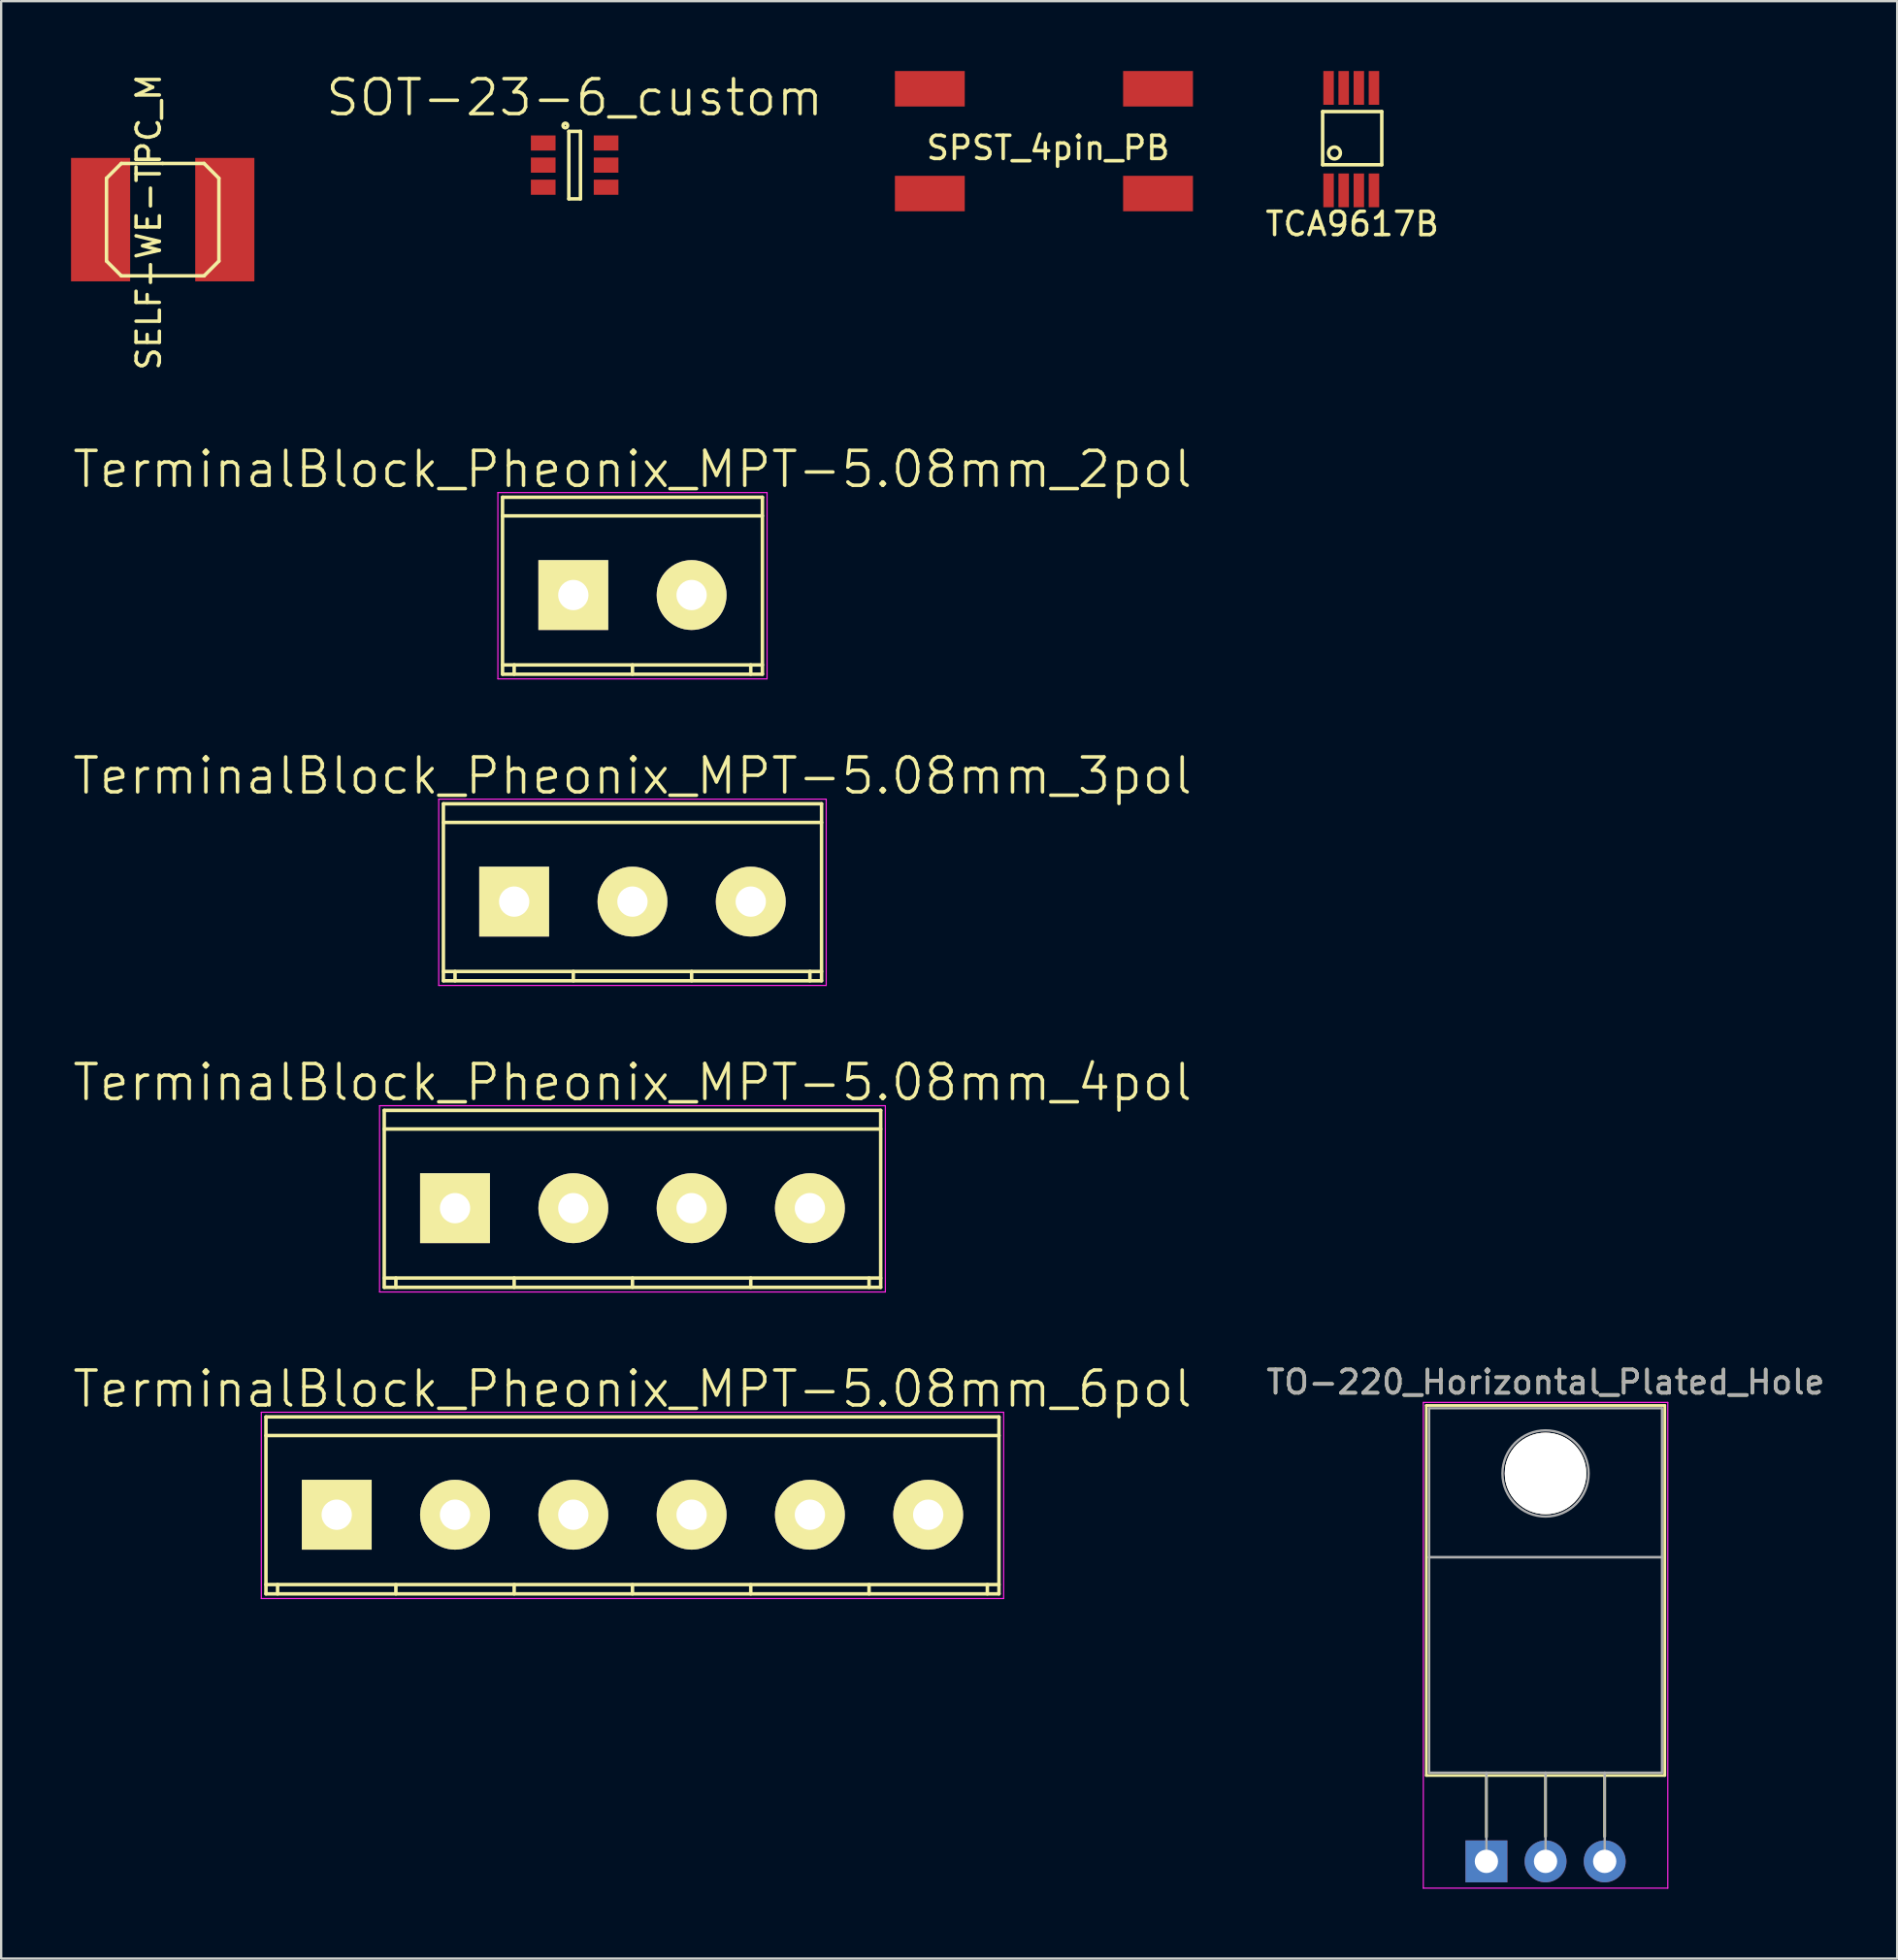
<source format=kicad_pcb>
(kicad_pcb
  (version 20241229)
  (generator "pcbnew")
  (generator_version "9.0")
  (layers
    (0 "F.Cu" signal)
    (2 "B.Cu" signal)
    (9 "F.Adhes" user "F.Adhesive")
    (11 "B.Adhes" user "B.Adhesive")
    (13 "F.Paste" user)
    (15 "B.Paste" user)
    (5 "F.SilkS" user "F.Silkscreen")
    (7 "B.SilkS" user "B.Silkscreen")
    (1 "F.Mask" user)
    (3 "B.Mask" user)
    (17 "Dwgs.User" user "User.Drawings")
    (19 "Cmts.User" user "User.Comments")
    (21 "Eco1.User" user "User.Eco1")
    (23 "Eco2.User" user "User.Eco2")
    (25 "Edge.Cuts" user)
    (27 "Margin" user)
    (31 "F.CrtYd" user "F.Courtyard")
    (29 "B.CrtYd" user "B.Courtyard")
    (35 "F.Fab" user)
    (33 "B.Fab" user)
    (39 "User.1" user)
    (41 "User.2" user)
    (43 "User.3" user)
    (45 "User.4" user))
  (footprint "SELF-WE-TPC_M"
    (layer "F.Cu")
    (at 3.937 6.383)
    (property "Reference" "SELF-WE-TPC_M" (at -0.599 0.099 90) (layer "F.SilkS") (effects (font (size 1 1) (thickness 0.15))))
    (attr smd)
    (fp_line (start -2.413 -1.778) (end -1.778 -2.413) (stroke (width 0.15) (type solid)) (layer "F.SilkS"))
    (fp_line (start -2.413 1.778) (end -2.413 -1.778) (stroke (width 0.15) (type solid)) (layer "F.SilkS"))
    (fp_line (start -1.778 -2.413) (end 0 -2.413) (stroke (width 0.15) (type solid)) (layer "F.SilkS"))
    (fp_line (start -1.778 2.413) (end -2.413 1.778) (stroke (width 0.15) (type solid)) (layer "F.SilkS"))
    (fp_line (start 0 -2.413) (end 1.778 -2.413) (stroke (width 0.15) (type solid)) (layer "F.SilkS"))
    (fp_line (start 1.778 -2.413) (end 2.413 -1.778) (stroke (width 0.15) (type solid)) (layer "F.SilkS"))
    (fp_line (start 1.778 2.413) (end -1.778 2.413) (stroke (width 0.15) (type solid)) (layer "F.SilkS"))
    (fp_line (start 2.413 -1.778) (end 2.413 1.778) (stroke (width 0.15) (type solid)) (layer "F.SilkS"))
    (fp_line (start 2.413 1.778) (end 1.778 2.413) (stroke (width 0.15) (type solid)) (layer "F.SilkS"))
    (pad "1" smd rect (at -2.667 0) (size 2.54 5.301) (layers "F.Cu" "F.Mask" "F.Paste"))
    (pad "2" smd rect (at 2.667 0) (size 2.54 5.301) (layers "F.Cu" "F.Mask" "F.Paste")))
  (footprint "TerminalBlock_Pheonix_MPT-5.08mm_3pol"
    (layer "F.Cu")
    (at 19.031 35.671)
    (property "Reference" "TerminalBlock_Pheonix_MPT-5.08mm_3pol" (at 5.08 -5.4 0) (layer "F.SilkS") (effects (font (size 1.5 1.5) (thickness 0.15))))
    (attr through_hole)
    (fp_line (start -3.04 -4.2) (end -3.04 3.4) (stroke (width 0.15) (type solid)) (layer "F.SilkS"))
    (fp_line (start -3.04 -4.2) (end 13.2 -4.2) (stroke (width 0.15) (type solid)) (layer "F.SilkS"))
    (fp_line (start -3.04 -3.4) (end 13.2 -3.4) (stroke (width 0.15) (type solid)) (layer "F.SilkS"))
    (fp_line (start -3.04 3) (end 13.2 3) (stroke (width 0.15) (type solid)) (layer "F.SilkS"))
    (fp_line (start -3.04 3.4) (end 13.2 3.4) (stroke (width 0.15) (type solid)) (layer "F.SilkS"))
    (fp_line (start -2.54 3) (end -2.54 3.4) (stroke (width 0.15) (type solid)) (layer "F.SilkS"))
    (fp_line (start 2.54 3) (end 2.54 3.4) (stroke (width 0.15) (type solid)) (layer "F.SilkS"))
    (fp_line (start 7.62 3) (end 7.62 3.4) (stroke (width 0.15) (type solid)) (layer "F.SilkS"))
    (fp_line (start 12.7 3) (end 12.7 3.4) (stroke (width 0.15) (type solid)) (layer "F.SilkS"))
    (fp_line (start 13.2 -4.2) (end 13.2 3.4) (stroke (width 0.15) (type solid)) (layer "F.SilkS"))
    (fp_line (start -3.24 -4.4) (end -3.24 3.6) (stroke (width 0.05) (type solid)) (layer "F.CrtYd"))
    (fp_line (start -3.24 -4.4) (end 13.4 -4.4) (stroke (width 0.05) (type solid)) (layer "F.CrtYd"))
    (fp_line (start -3.24 3.6) (end 13.4 3.6) (stroke (width 0.05) (type solid)) (layer "F.CrtYd"))
    (fp_line (start 13.4 -4.4) (end 13.4 3.6) (stroke (width 0.05) (type solid)) (layer "F.CrtYd"))
    (pad "1" thru_hole rect (at 0 0 180) (size 3 3) (drill 1.3) (layers "*.Cu" "*.Mask" "F.SilkS"))
    (pad "2" thru_hole oval (at 5.08 0 180) (size 3 3) (drill 1.3) (layers "*.Cu" "*.Mask" "F.SilkS"))
    (pad "3" thru_hole oval (at 10.16 0 180) (size 3 3) (drill 1.3) (layers "*.Cu" "*.Mask" "F.SilkS")))
  (footprint "TerminalBlock_Pheonix_MPT-5.08mm_4pol"
    (layer "F.Cu")
    (at 16.491 48.837)
    (property "Reference" "TerminalBlock_Pheonix_MPT-5.08mm_4pol" (at 7.62 -5.4 0) (layer "F.SilkS") (effects (font (size 1.5 1.5) (thickness 0.15))))
    (attr through_hole)
    (fp_line (start -3.04 -4.2) (end -3.04 3.4) (stroke (width 0.15) (type solid)) (layer "F.SilkS"))
    (fp_line (start -3.04 -4.2) (end 18.28 -4.2) (stroke (width 0.15) (type solid)) (layer "F.SilkS"))
    (fp_line (start -3.04 -3.4) (end 18.28 -3.4) (stroke (width 0.15) (type solid)) (layer "F.SilkS"))
    (fp_line (start -3.04 3) (end 18.28 3) (stroke (width 0.15) (type solid)) (layer "F.SilkS"))
    (fp_line (start -3.04 3.4) (end 18.28 3.4) (stroke (width 0.15) (type solid)) (layer "F.SilkS"))
    (fp_line (start -2.54 3) (end -2.54 3.4) (stroke (width 0.15) (type solid)) (layer "F.SilkS"))
    (fp_line (start 2.54 3) (end 2.54 3.4) (stroke (width 0.15) (type solid)) (layer "F.SilkS"))
    (fp_line (start 7.62 3) (end 7.62 3.4) (stroke (width 0.15) (type solid)) (layer "F.SilkS"))
    (fp_line (start 12.7 3) (end 12.7 3.4) (stroke (width 0.15) (type solid)) (layer "F.SilkS"))
    (fp_line (start 17.78 3) (end 17.78 3.4) (stroke (width 0.15) (type solid)) (layer "F.SilkS"))
    (fp_line (start 18.28 -4.2) (end 18.28 3.4) (stroke (width 0.15) (type solid)) (layer "F.SilkS"))
    (fp_line (start -3.24 -4.4) (end -3.24 3.6) (stroke (width 0.05) (type solid)) (layer "F.CrtYd"))
    (fp_line (start -3.24 -4.4) (end 18.48 -4.4) (stroke (width 0.05) (type solid)) (layer "F.CrtYd"))
    (fp_line (start -3.24 3.6) (end 18.48 3.6) (stroke (width 0.05) (type solid)) (layer "F.CrtYd"))
    (fp_line (start 18.48 -4.4) (end 18.48 3.6) (stroke (width 0.05) (type solid)) (layer "F.CrtYd"))
    (pad "1" thru_hole rect (at 0 0 180) (size 3 3) (drill 1.3) (layers "*.Cu" "*.Mask" "F.SilkS"))
    (pad "2" thru_hole oval (at 5.08 0 180) (size 3 3) (drill 1.3) (layers "*.Cu" "*.Mask" "F.SilkS"))
    (pad "3" thru_hole oval (at 10.16 0 180) (size 3 3) (drill 1.3) (layers "*.Cu" "*.Mask" "F.SilkS"))
    (pad "4" thru_hole oval (at 15.24 0 180) (size 3 3) (drill 1.3) (layers "*.Cu" "*.Mask" "F.SilkS")))
  (footprint "TerminalBlock_Pheonix_MPT-5.08mm_2pol"
    (layer "F.Cu")
    (at 21.571 22.505)
    (property "Reference" "TerminalBlock_Pheonix_MPT-5.08mm_2pol" (at 2.54 -5.4 0) (layer "F.SilkS") (effects (font (size 1.5 1.5) (thickness 0.15))))
    (attr through_hole)
    (fp_line (start -3.04 -4.2) (end -3.04 3.4) (stroke (width 0.15) (type solid)) (layer "F.SilkS"))
    (fp_line (start -3.04 -4.2) (end 8.12 -4.2) (stroke (width 0.15) (type solid)) (layer "F.SilkS"))
    (fp_line (start -3.04 -3.4) (end 8.12 -3.4) (stroke (width 0.15) (type solid)) (layer "F.SilkS"))
    (fp_line (start -3.04 3) (end 8.12 3) (stroke (width 0.15) (type solid)) (layer "F.SilkS"))
    (fp_line (start -3.04 3.4) (end 8.12 3.4) (stroke (width 0.15) (type solid)) (layer "F.SilkS"))
    (fp_line (start -2.54 3) (end -2.54 3.4) (stroke (width 0.15) (type solid)) (layer "F.SilkS"))
    (fp_line (start 2.54 3) (end 2.54 3.4) (stroke (width 0.15) (type solid)) (layer "F.SilkS"))
    (fp_line (start 7.62 3) (end 7.62 3.4) (stroke (width 0.15) (type solid)) (layer "F.SilkS"))
    (fp_line (start 8.12 -4.2) (end 8.12 3.4) (stroke (width 0.15) (type solid)) (layer "F.SilkS"))
    (fp_line (start -3.24 -4.4) (end -3.24 3.6) (stroke (width 0.05) (type solid)) (layer "F.CrtYd"))
    (fp_line (start -3.24 -4.4) (end 8.32 -4.4) (stroke (width 0.05) (type solid)) (layer "F.CrtYd"))
    (fp_line (start -3.24 3.6) (end 8.32 3.6) (stroke (width 0.05) (type solid)) (layer "F.CrtYd"))
    (fp_line (start 8.32 -4.4) (end 8.32 3.6) (stroke (width 0.05) (type solid)) (layer "F.CrtYd"))
    (pad "1" thru_hole rect (at 0 0 180) (size 3 3) (drill 1.3) (layers "*.Cu" "*.Mask" "F.SilkS"))
    (pad "2" thru_hole oval (at 5.08 0 180) (size 3 3) (drill 1.3) (layers "*.Cu" "*.Mask" "F.SilkS")))
  (footprint "TerminalBlock_Pheonix_MPT-5.08mm_6pol"
    (layer "F.Cu")
    (at 11.411 62.002)
    (property "Reference" "TerminalBlock_Pheonix_MPT-5.08mm_6pol" (at 12.7 -5.4 0) (layer "F.SilkS") (effects (font (size 1.5 1.5) (thickness 0.15))))
    (attr through_hole)
    (fp_line (start -3.04 -4.2) (end -3.04 3.4) (stroke (width 0.15) (type solid)) (layer "F.SilkS"))
    (fp_line (start -3.04 -4.2) (end 28.44 -4.2) (stroke (width 0.15) (type solid)) (layer "F.SilkS"))
    (fp_line (start -3.04 -3.4) (end 28.44 -3.4) (stroke (width 0.15) (type solid)) (layer "F.SilkS"))
    (fp_line (start -3.04 3) (end 28.44 3) (stroke (width 0.15) (type solid)) (layer "F.SilkS"))
    (fp_line (start -3.04 3.4) (end 28.44 3.4) (stroke (width 0.15) (type solid)) (layer "F.SilkS"))
    (fp_line (start -2.54 3) (end -2.54 3.4) (stroke (width 0.15) (type solid)) (layer "F.SilkS"))
    (fp_line (start 2.54 3) (end 2.54 3.4) (stroke (width 0.15) (type solid)) (layer "F.SilkS"))
    (fp_line (start 7.62 3) (end 7.62 3.4) (stroke (width 0.15) (type solid)) (layer "F.SilkS"))
    (fp_line (start 12.7 3) (end 12.7 3.4) (stroke (width 0.15) (type solid)) (layer "F.SilkS"))
    (fp_line (start 17.78 3) (end 17.78 3.4) (stroke (width 0.15) (type solid)) (layer "F.SilkS"))
    (fp_line (start 22.86 3) (end 22.86 3.4) (stroke (width 0.15) (type solid)) (layer "F.SilkS"))
    (fp_line (start 27.94 3) (end 27.94 3.4) (stroke (width 0.15) (type solid)) (layer "F.SilkS"))
    (fp_line (start 28.44 -4.2) (end 28.44 3.4) (stroke (width 0.15) (type solid)) (layer "F.SilkS"))
    (fp_line (start -3.24 -4.4) (end -3.24 3.6) (stroke (width 0.05) (type solid)) (layer "F.CrtYd"))
    (fp_line (start -3.24 -4.4) (end 28.64 -4.4) (stroke (width 0.05) (type solid)) (layer "F.CrtYd"))
    (fp_line (start -3.24 3.6) (end 28.64 3.6) (stroke (width 0.05) (type solid)) (layer "F.CrtYd"))
    (fp_line (start 28.64 -4.4) (end 28.64 3.6) (stroke (width 0.05) (type solid)) (layer "F.CrtYd"))
    (pad "1" thru_hole rect (at 0 0 180) (size 3 3) (drill 1.3) (layers "*.Cu" "*.Mask" "F.SilkS"))
    (pad "2" thru_hole oval (at 5.08 0 180) (size 3 3) (drill 1.3) (layers "*.Cu" "*.Mask" "F.SilkS"))
    (pad "3" thru_hole oval (at 10.16 0 180) (size 3 3) (drill 1.3) (layers "*.Cu" "*.Mask" "F.SilkS"))
    (pad "4" thru_hole oval (at 15.24 0 180) (size 3 3) (drill 1.3) (layers "*.Cu" "*.Mask" "F.SilkS"))
    (pad "5" thru_hole oval (at 20.32 0 180) (size 3 3) (drill 1.3) (layers "*.Cu" "*.Mask" "F.SilkS"))
    (pad "6" thru_hole oval (at 25.4 0 180) (size 3 3) (drill 1.3) (layers "*.Cu" "*.Mask" "F.SilkS")))
  (footprint "TO-220_Horizontal_Plated_Hole"
    (layer "F.Cu")
    (at 60.783 76.89)
    (property "Reference" "TO-220_Horizontal_Plated_Hole" (at 2.54 -20.58 0) (layer "F.SilkS") (effects (font (size 1 1) (thickness 0.15))))
    (attr through_hole)
    (fp_line (start -2.58 -19.58) (end -2.58 -3.69) (stroke (width 0.12) (type solid)) (layer "F.SilkS"))
    (fp_line (start -2.58 -19.58) (end 7.66 -19.58) (stroke (width 0.12) (type solid)) (layer "F.SilkS"))
    (fp_line (start -2.58 -3.69) (end 7.66 -3.69) (stroke (width 0.12) (type solid)) (layer "F.SilkS"))
    (fp_line (start 0 -3.69) (end 0 -1.05) (stroke (width 0.12) (type solid)) (layer "F.SilkS"))
    (fp_line (start 2.54 -3.69) (end 2.54 -1.066) (stroke (width 0.12) (type solid)) (layer "F.SilkS"))
    (fp_line (start 5.08 -3.69) (end 5.08 -1.066) (stroke (width 0.12) (type solid)) (layer "F.SilkS"))
    (fp_line (start 7.66 -19.58) (end 7.66 -3.69) (stroke (width 0.12) (type solid)) (layer "F.SilkS"))
    (fp_line (start -2.71 -19.71) (end -2.71 1.15) (stroke (width 0.05) (type solid)) (layer "F.CrtYd"))
    (fp_line (start -2.71 1.15) (end 7.79 1.15) (stroke (width 0.05) (type solid)) (layer "F.CrtYd"))
    (fp_line (start 7.79 -19.71) (end -2.71 -19.71) (stroke (width 0.05) (type solid)) (layer "F.CrtYd"))
    (fp_line (start 7.79 1.15) (end 7.79 -19.71) (stroke (width 0.05) (type solid)) (layer "F.CrtYd"))
    (fp_line (start -2.46 -19.46) (end 7.54 -19.46) (stroke (width 0.1) (type solid)) (layer "F.Fab"))
    (fp_line (start -2.46 -13.06) (end -2.46 -19.46) (stroke (width 0.1) (type solid)) (layer "F.Fab"))
    (fp_line (start -2.46 -13.06) (end 7.54 -13.06) (stroke (width 0.1) (type solid)) (layer "F.Fab"))
    (fp_line (start -2.46 -3.81) (end -2.46 -13.06) (stroke (width 0.1) (type solid)) (layer "F.Fab"))
    (fp_line (start 0 -3.81) (end 0 0) (stroke (width 0.1) (type solid)) (layer "F.Fab"))
    (fp_line (start 2.54 -3.81) (end 2.54 0) (stroke (width 0.1) (type solid)) (layer "F.Fab"))
    (fp_line (start 5.08 -3.81) (end 5.08 0) (stroke (width 0.1) (type solid)) (layer "F.Fab"))
    (fp_line (start 7.54 -19.46) (end 7.54 -13.06) (stroke (width 0.1) (type solid)) (layer "F.Fab"))
    (fp_line (start 7.54 -13.06) (end -2.46 -13.06) (stroke (width 0.1) (type solid)) (layer "F.Fab"))
    (fp_line (start 7.54 -13.06) (end 7.54 -3.81) (stroke (width 0.1) (type solid)) (layer "F.Fab"))
    (fp_line (start 7.54 -3.81) (end -2.46 -3.81) (stroke (width 0.1) (type solid)) (layer "F.Fab"))
    (fp_circle (center 2.54 -16.66) (end 4.39 -16.66) (stroke (width 0.1) (type solid)) (fill no) (layer "F.Fab"))
    (fp_text user "${REFERENCE}" (at 2.54 -20.58 0) (layer "F.Fab") (effects (font (size 1 1) (thickness 0.15))))
    (pad "0" thru_hole circle (at 2.54 -16.66) (size 3.5 3.5) (drill 3.5) (layers "*.Cu" "*.Mask" "F.SilkS"))
    (pad "1" thru_hole rect (at 0 0) (size 1.8 1.8) (drill 1) (layers "*.Cu" "*.Mask"))
    (pad "2" thru_hole oval (at 2.54 0) (size 1.8 1.8) (drill 1) (layers "*.Cu" "*.Mask"))
    (pad "3" thru_hole oval (at 5.08 0) (size 1.8 1.8) (drill 1) (layers "*.Cu" "*.Mask")))
  (footprint "TCA9617B"
    (layer "F.Cu")
    (at 54.004 0.725)
    (property "Reference" "TCA9617B" (at 1.016 5.842 0) (layer "F.SilkS") (effects (font (size 1 1) (thickness 0.15))))
    (attr through_hole)
    (fp_line (start -0.254 1.016) (end -0.254 3.302) (stroke (width 0.15) (type solid)) (layer "F.SilkS"))
    (fp_line (start -0.254 3.302) (end 2.286 3.302) (stroke (width 0.15) (type solid)) (layer "F.SilkS"))
    (fp_line (start 2.286 1.016) (end -0.254 1.016) (stroke (width 0.15) (type solid)) (layer "F.SilkS"))
    (fp_line (start 2.286 3.302) (end 2.286 1.016) (stroke (width 0.15) (type solid)) (layer "F.SilkS"))
    (fp_circle (center 0.254 2.794) (end 0.508 2.794) (stroke (width 0.15) (type solid)) (fill no) (layer "F.SilkS"))
    (pad "1" smd rect (at 0 4.4) (size 0.45 1.45) (layers "F.Cu" "F.Mask" "F.Paste"))
    (pad "2" smd rect (at 0.65 4.4) (size 0.45 1.45) (layers "F.Cu" "F.Mask" "F.Paste"))
    (pad "3" smd rect (at 1.3 4.4) (size 0.45 1.45) (layers "F.Cu" "F.Mask" "F.Paste"))
    (pad "4" smd rect (at 1.95 4.4) (size 0.45 1.45) (layers "F.Cu" "F.Mask" "F.Paste"))
    (pad "5" smd rect (at 1.95 0) (size 0.45 1.45) (layers "F.Cu" "F.Mask" "F.Paste"))
    (pad "6" smd rect (at 1.3 0) (size 0.45 1.45) (layers "F.Cu" "F.Mask" "F.Paste"))
    (pad "7" smd rect (at 0.65 0) (size 0.45 1.45) (layers "F.Cu" "F.Mask" "F.Paste"))
    (pad "8" smd rect (at 0 0) (size 0.45 1.45) (layers "F.Cu" "F.Mask" "F.Paste")))
  (footprint "SOT-23-6_custom"
    (layer "F.Cu")
    (at 21.628 4.041)
    (property "Reference" "SOT-23-6_custom" (at 0 -2.9 0) (layer "F.SilkS") (effects (font (size 1.5 1.5) (thickness 0.15))))
    (attr smd)
    (fp_line (start -0.25 -1.45) (end -0.25 1.45) (stroke (width 0.15) (type solid)) (layer "F.SilkS"))
    (fp_line (start -0.25 1.45) (end 0.25 1.45) (stroke (width 0.15) (type solid)) (layer "F.SilkS"))
    (fp_line (start 0.25 -1.45) (end -0.25 -1.45) (stroke (width 0.15) (type solid)) (layer "F.SilkS"))
    (fp_line (start 0.25 1.45) (end 0.25 -1.45) (stroke (width 0.15) (type solid)) (layer "F.SilkS"))
    (fp_circle (center -0.4 -1.7) (end -0.3 -1.7) (stroke (width 0.15) (type solid)) (fill no) (layer "F.SilkS"))
    (pad "1" smd rect (at -1.35 -0.95) (size 1.06 0.65) (layers "F.Cu" "F.Mask" "F.Paste"))
    (pad "2" smd rect (at -1.35 0) (size 1.06 0.65) (layers "F.Cu" "F.Mask" "F.Paste"))
    (pad "3" smd rect (at -1.35 0.95) (size 1.06 0.65) (layers "F.Cu" "F.Mask" "F.Paste"))
    (pad "4" smd rect (at 1.35 0.95) (size 1.06 0.65) (layers "F.Cu" "F.Mask" "F.Paste"))
    (pad "5" smd rect (at 1.35 0) (size 1.06 0.65) (layers "F.Cu" "F.Mask" "F.Paste"))
    (pad "6" smd rect (at 1.35 -0.95) (size 1.06 0.65) (layers "F.Cu" "F.Mask" "F.Paste")))
  (footprint "SPST_4pin_PB"
    (layer "F.Cu")
    (at 36.881 0.762)
    (property "Reference" "SPST_4pin_PB" (at 5.08 2.54 0) (layer "F.SilkS") (effects (font (size 1 1) (thickness 0.15))))
    (attr through_hole)
    (pad "1" smd rect (at 0 0) (size 3 1.524) (layers "F.Cu" "F.Mask" "F.Paste"))
    (pad "2" smd rect (at 9.8 0) (size 3 1.524) (layers "F.Cu" "F.Mask" "F.Paste"))
    (pad "3" smd rect (at 0 4.5) (size 3 1.524) (layers "F.Cu" "F.Mask" "F.Paste"))
    (pad "4" smd rect (at 9.8 4.5) (size 3 1.524) (layers "F.Cu" "F.Mask" "F.Paste")))
  (gr_rect
    (start -3 -3)
    (end 78.424 81.065)
    (stroke (width 0.1) (type default))
    (fill no)
    (layer "Edge.Cuts")))
</source>
